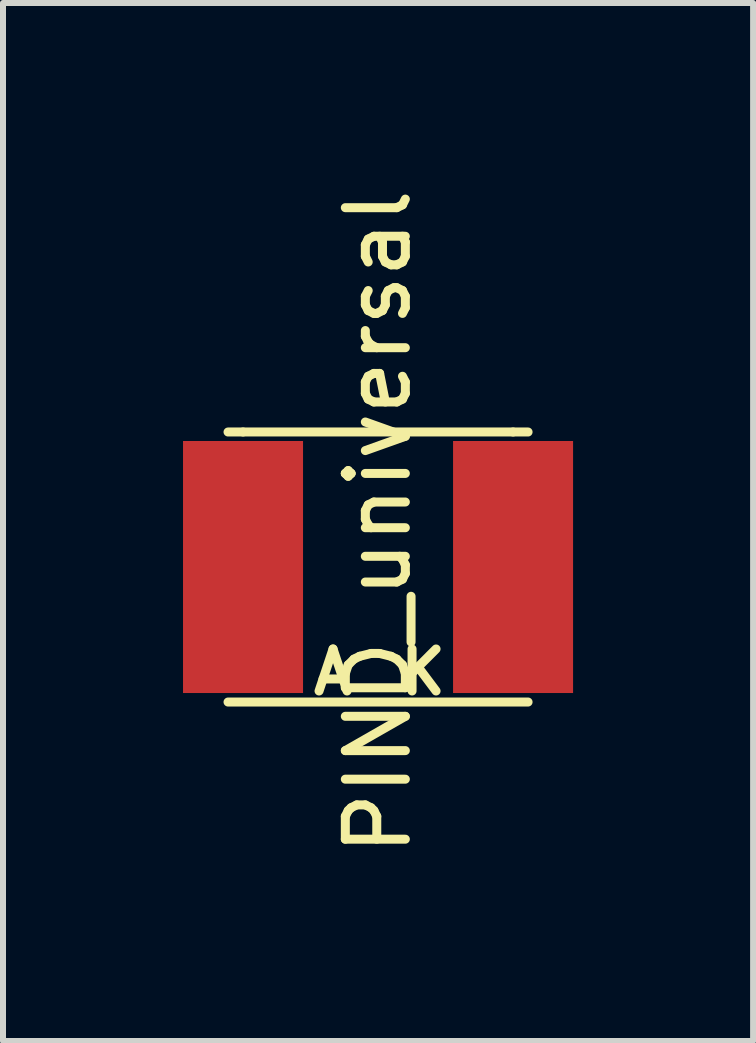
<source format=kicad_pcb>
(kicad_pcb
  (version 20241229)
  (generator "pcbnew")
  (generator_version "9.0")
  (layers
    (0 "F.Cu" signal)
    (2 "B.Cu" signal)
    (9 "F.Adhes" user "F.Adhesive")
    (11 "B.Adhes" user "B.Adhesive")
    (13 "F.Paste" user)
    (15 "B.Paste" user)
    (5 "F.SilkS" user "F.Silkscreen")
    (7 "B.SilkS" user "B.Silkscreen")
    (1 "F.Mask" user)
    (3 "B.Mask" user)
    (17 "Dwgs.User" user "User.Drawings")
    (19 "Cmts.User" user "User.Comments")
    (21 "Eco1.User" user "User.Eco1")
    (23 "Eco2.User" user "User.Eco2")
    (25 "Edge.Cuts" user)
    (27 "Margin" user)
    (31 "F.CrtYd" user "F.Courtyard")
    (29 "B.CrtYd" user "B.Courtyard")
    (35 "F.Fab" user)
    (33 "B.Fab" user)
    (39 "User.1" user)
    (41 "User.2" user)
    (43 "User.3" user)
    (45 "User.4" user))
  (footprint "PIND_universal"
    (layer "F.Cu")
    (at 3.25 6.399)
    (property "Reference" "PIND_universal" (at 0 -0.75 90) (layer "F.SilkS") (effects (font (size 1 1) (thickness 0.15))))
    (attr through_hole)
    (fp_line (start -2.5 -2.25) (end -2.25 -2.25) (stroke (width 0.15) (type solid)) (layer "F.SilkS"))
    (fp_line (start -2.5 2.25) (end 2.5 2.25) (stroke (width 0.15) (type solid)) (layer "F.SilkS"))
    (fp_line (start 2.25 -2.25) (end -2.25 -2.25) (stroke (width 0.15) (type solid)) (layer "F.SilkS"))
    (fp_line (start 2.25 -2.25) (end 2.5 -2.25) (stroke (width 0.15) (type solid)) (layer "F.SilkS"))
    (fp_text user "A" (at -0.75 1.75 0) (layer "F.SilkS") (effects (font (size 0.7 0.7) (thickness 0.15))))
    (fp_text user "K" (at 0.75 1.75 0) (layer "F.SilkS") (effects (font (size 0.7 0.7) (thickness 0.15))))
    (pad "1" smd rect (at 2.25 0) (size 2 4.2) (layers "F.Cu" "F.Mask" "F.Paste"))
    (pad "2" smd rect (at -2.25 0) (size 2 4.2) (layers "F.Cu" "F.Mask" "F.Paste")))
  (gr_rect
    (start -3 -3)
    (end 9.5 14.298)
    (stroke (width 0.1) (type default))
    (fill no)
    (layer "Edge.Cuts")))
</source>
